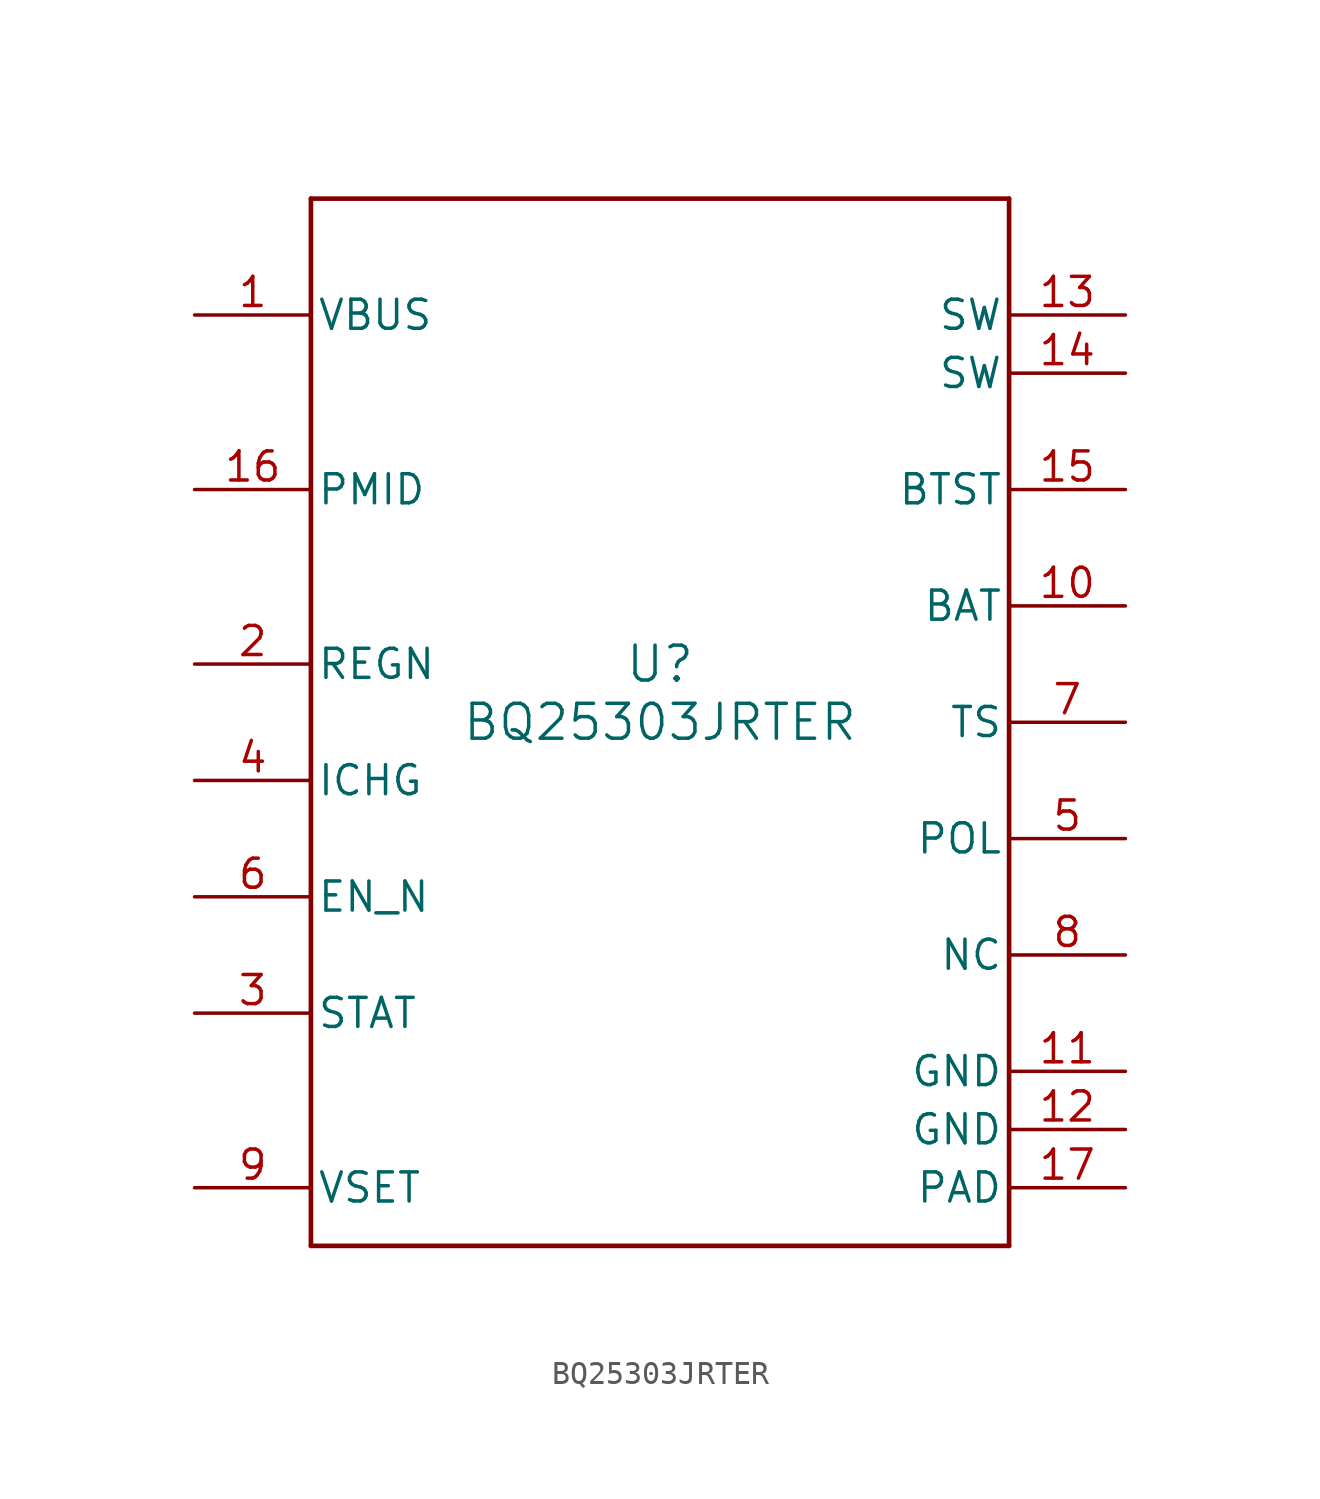
<source format=kicad_sym>
(kicad_symbol_lib
  (version 20211014)
  (generator kicad_symbol_editor)
  (symbol "BQ25303JRTER"
    (pin_names
      (offset 0.254))
    (property "Reference" "U"
      (at 0 2.54 0)
      (effects (font (size 1.524 1.524))))
    (property "Value" "BQ25303JRTER"
      (at 0 0 0)
      (effects (font (size 1.524 1.524))))
    (symbol "BQ25303JRTER_0_1"
      (polyline (pts (xy -15.24 -22.86) (xy 15.24 -22.86)) (stroke (width 0.203) (type default) (color 0 0 0 0)) (fill (type none)))
      (polyline (pts (xy 15.24 -22.86) (xy 15.24 22.86)) (stroke (width 0.203) (type default) (color 0 0 0 0)) (fill (type none)))
      (polyline (pts (xy 15.24 22.86) (xy -15.24 22.86)) (stroke (width 0.203) (type default) (color 0 0 0 0)) (fill (type none)))
      (polyline (pts (xy -15.24 22.86) (xy -15.24 -22.86)) (stroke (width 0.203) (type default) (color 0 0 0 0)) (fill (type none)))
      (pin power_in line (at -20.32 17.78 0) (length 5.08) (name "VBUS" (effects (font (size 1.27 1.27)))) (number "1" (effects (font (size 1.27 1.27)))))
      (pin power_in line (at -20.32 2.54 0) (length 5.08) (name "REGN" (effects (font (size 1.27 1.27)))) (number "2" (effects (font (size 1.27 1.27)))))
      (pin open_collector line (at -20.32 -12.7 0) (length 5.08) (name "STAT" (effects (font (size 1.27 1.27)))) (number "3" (effects (font (size 1.27 1.27)))))
      (pin output line (at -20.32 -2.54 0) (length 5.08) (name "ICHG" (effects (font (size 1.27 1.27)))) (number "4" (effects (font (size 1.27 1.27)))))
      (pin unspecified line (at 20.32 -5.08 180) (length 5.08) (name "POL" (effects (font (size 1.27 1.27)))) (number "5" (effects (font (size 1.27 1.27)))))
      (pin input line (at -20.32 -7.62 0) (length 5.08) (name "EN_N" (effects (font (size 1.27 1.27)))) (number "6" (effects (font (size 1.27 1.27)))))
      (pin input line (at 20.32 0 180) (length 5.08) (name "TS" (effects (font (size 1.27 1.27)))) (number "7" (effects (font (size 1.27 1.27)))))
      (pin unspecified line (at 20.32 -10.16 180) (length 5.08) (name "NC" (effects (font (size 1.27 1.27)))) (number "8" (effects (font (size 1.27 1.27)))))
      (pin input line (at -20.32 -20.32 0) (length 5.08) (name "VSET" (effects (font (size 1.27 1.27)))) (number "9" (effects (font (size 1.27 1.27)))))
      (pin power_in line (at 20.32 5.08 180) (length 5.08) (name "BAT" (effects (font (size 1.27 1.27)))) (number "10" (effects (font (size 1.27 1.27)))))
      (pin power_in line (at 20.32 -15.24 180) (length 5.08) (name "GND" (effects (font (size 1.27 1.27)))) (number "11" (effects (font (size 1.27 1.27)))))
      (pin power_in line (at 20.32 -17.78 180) (length 5.08) (name "GND" (effects (font (size 1.27 1.27)))) (number "12" (effects (font (size 1.27 1.27)))))
      (pin power_in line (at 20.32 17.78 180) (length 5.08) (name "SW" (effects (font (size 1.27 1.27)))) (number "13" (effects (font (size 1.27 1.27)))))
      (pin power_in line (at 20.32 15.24 180) (length 5.08) (name "SW" (effects (font (size 1.27 1.27)))) (number "14" (effects (font (size 1.27 1.27)))))
      (pin power_in line (at 20.32 10.16 180) (length 5.08) (name "BTST" (effects (font (size 1.27 1.27)))) (number "15" (effects (font (size 1.27 1.27)))))
      (pin output line (at -20.32 10.16 0) (length 5.08) (name "PMID" (effects (font (size 1.27 1.27)))) (number "16" (effects (font (size 1.27 1.27)))))
      (pin power_in line (at 20.32 -20.32 180) (length 5.08) (name "PAD" (effects (font (size 1.27 1.27)))) (number "17" (effects (font (size 1.27 1.27))))))))
</source>
